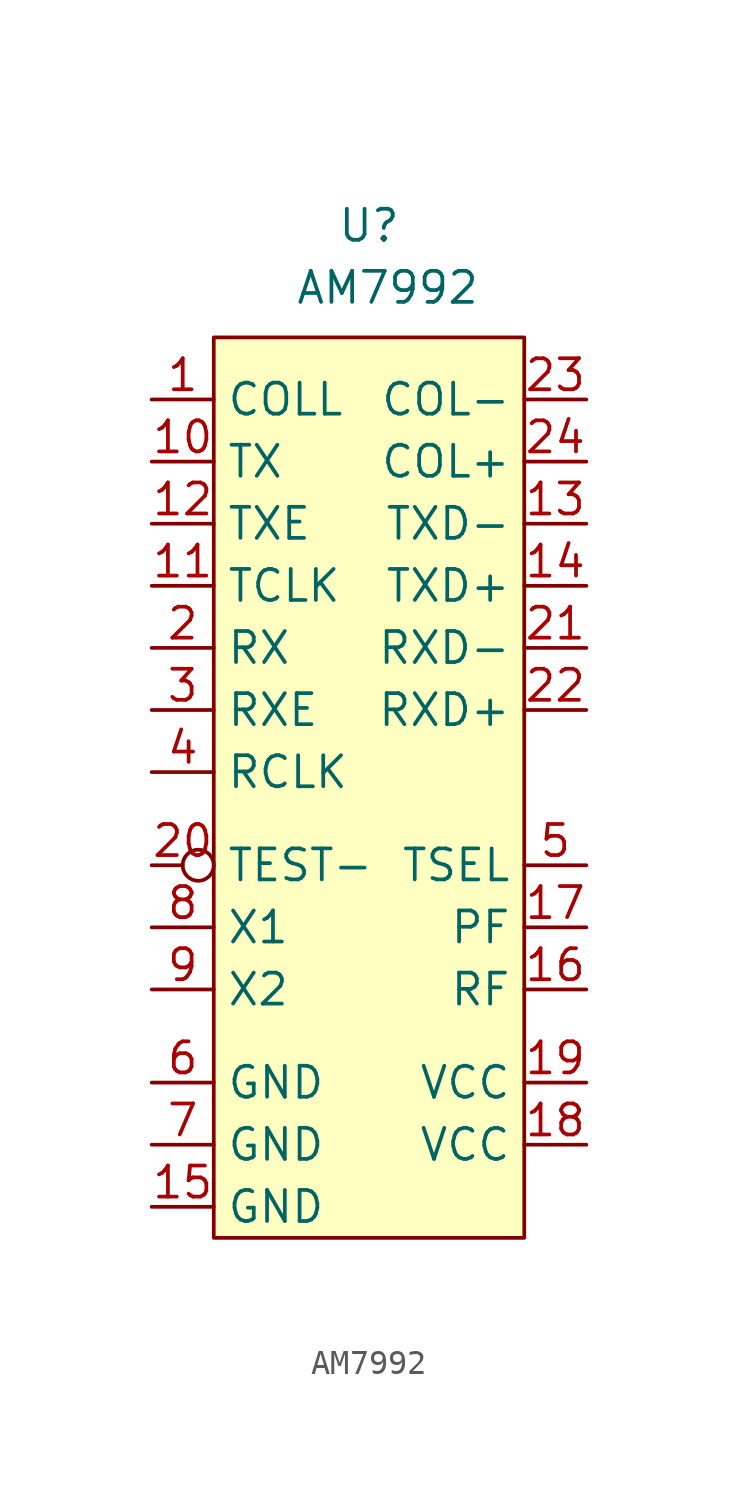
<source format=kicad_sym>
(kicad_symbol_lib
  (version 20231120)
  (generator "kicad_symbol_editor")
  (generator_version "8.0")
  (symbol "AM7992"
    (property "Reference" "U"
      (at 0 3.302 0)
      (effects (font (size 1.27 1.27))))
    (property "Value" "AM7992"
      (at 0.762 0.762 0)
      (effects (font (size 1.27 1.27))))
    (symbol "AM7992_1_1"
      (rectangle (start -6.35 -1.27) (end 6.35 -38.1) (stroke (width 0) (type default)) (fill (type background)))
      (pin output line (at -8.89 -3.81 0) (length 2.54) (name "COLL" (effects (font (size 1.27 1.27)))) (number "1" (effects (font (size 1.27 1.27)))))
      (pin input line (at -8.89 -6.35 0) (length 2.54) (name "TX" (effects (font (size 1.27 1.27)))) (number "10" (effects (font (size 1.27 1.27)))))
      (pin output line (at -8.89 -11.43 0) (length 2.54) (name "TCLK" (effects (font (size 1.27 1.27)))) (number "11" (effects (font (size 1.27 1.27)))))
      (pin input line (at -8.89 -8.89 0) (length 2.54) (name "TXE" (effects (font (size 1.27 1.27)))) (number "12" (effects (font (size 1.27 1.27)))))
      (pin output line (at 8.89 -8.89 180) (length 2.54) (name "TXD-" (effects (font (size 1.27 1.27)))) (number "13" (effects (font (size 1.27 1.27)))))
      (pin output line (at 8.89 -11.43 180) (length 2.54) (name "TXD+" (effects (font (size 1.27 1.27)))) (number "14" (effects (font (size 1.27 1.27)))))
      (pin power_in line (at -8.89 -36.83 0) (length 2.54) (name "GND" (effects (font (size 1.27 1.27)))) (number "15" (effects (font (size 1.27 1.27)))))
      (pin input line (at 8.89 -27.94 180) (length 2.54) (name "RF" (effects (font (size 1.27 1.27)))) (number "16" (effects (font (size 1.27 1.27)))))
      (pin input line (at 8.89 -25.4 180) (length 2.54) (name "PF" (effects (font (size 1.27 1.27)))) (number "17" (effects (font (size 1.27 1.27)))))
      (pin power_in line (at 8.89 -34.29 180) (length 2.54) (name "VCC" (effects (font (size 1.27 1.27)))) (number "18" (effects (font (size 1.27 1.27)))))
      (pin power_in line (at 8.89 -31.75 180) (length 2.54) (name "VCC" (effects (font (size 1.27 1.27)))) (number "19" (effects (font (size 1.27 1.27)))))
      (pin output line (at -8.89 -13.97 0) (length 2.54) (name "RX" (effects (font (size 1.27 1.27)))) (number "2" (effects (font (size 1.27 1.27)))))
      (pin input inverted (at -8.89 -22.86 0) (length 2.54) (name "TEST-" (effects (font (size 1.27 1.27)))) (number "20" (effects (font (size 1.27 1.27)))))
      (pin input line (at 8.89 -13.97 180) (length 2.54) (name "RXD-" (effects (font (size 1.27 1.27)))) (number "21" (effects (font (size 1.27 1.27)))))
      (pin input line (at 8.89 -16.51 180) (length 2.54) (name "RXD+" (effects (font (size 1.27 1.27)))) (number "22" (effects (font (size 1.27 1.27)))))
      (pin input line (at 8.89 -3.81 180) (length 2.54) (name "COL-" (effects (font (size 1.27 1.27)))) (number "23" (effects (font (size 1.27 1.27)))))
      (pin input line (at 8.89 -6.35 180) (length 2.54) (name "COL+" (effects (font (size 1.27 1.27)))) (number "24" (effects (font (size 1.27 1.27)))))
      (pin output line (at -8.89 -16.51 0) (length 2.54) (name "RXE" (effects (font (size 1.27 1.27)))) (number "3" (effects (font (size 1.27 1.27)))))
      (pin output line (at -8.89 -19.05 0) (length 2.54) (name "RCLK" (effects (font (size 1.27 1.27)))) (number "4" (effects (font (size 1.27 1.27)))))
      (pin input line (at 8.89 -22.86 180) (length 2.54) (name "TSEL" (effects (font (size 1.27 1.27)))) (number "5" (effects (font (size 1.27 1.27)))))
      (pin power_in line (at -8.89 -31.75 0) (length 2.54) (name "GND" (effects (font (size 1.27 1.27)))) (number "6" (effects (font (size 1.27 1.27)))))
      (pin power_in line (at -8.89 -34.29 0) (length 2.54) (name "GND" (effects (font (size 1.27 1.27)))) (number "7" (effects (font (size 1.27 1.27)))))
      (pin input line (at -8.89 -25.4 0) (length 2.54) (name "X1" (effects (font (size 1.27 1.27)))) (number "8" (effects (font (size 1.27 1.27)))))
      (pin input line (at -8.89 -27.94 0) (length 2.54) (name "X2" (effects (font (size 1.27 1.27)))) (number "9" (effects (font (size 1.27 1.27))))))))
</source>
